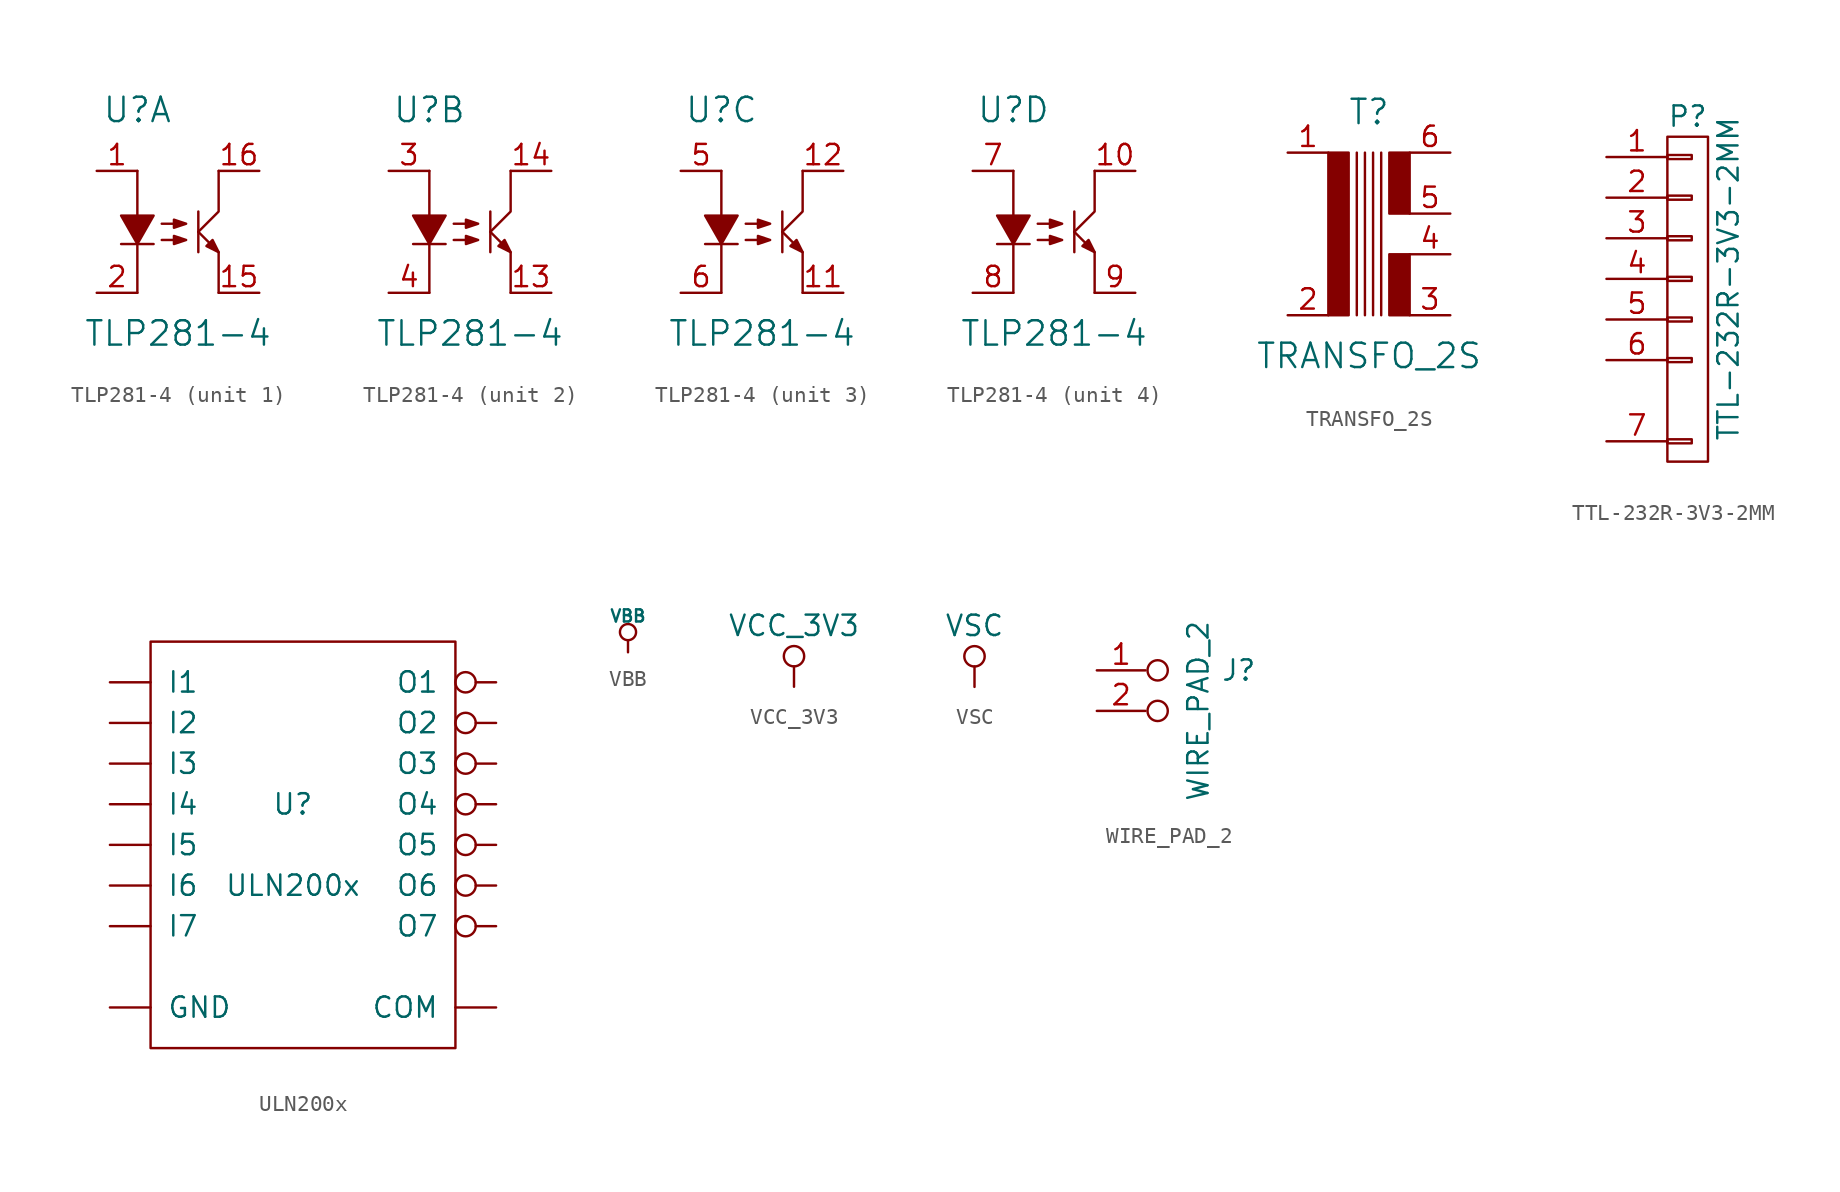
<source format=kicad_sym>
(kicad_symbol_lib
  (version 20211014)
  (generator kicad_symbol_editor)
  (symbol "TLP281-4"
    (pin_names
      (offset 0.025) hide)
    (property "Reference" "U"
      (at -2.54 7.62 0)
      (effects (font (size 1.524 1.524))))
    (property "Value" "TLP281-4"
      (at 0 -6.35 0)
      (effects (font (size 1.524 1.524))))
    (property "Footprint" ""
      (at 0 0 0)
      (effects (font (size 1.524 1.524))))
    (property "Datasheet" ""
      (at 0 0 0)
      (effects (font (size 1.524 1.524))))
    (symbol "TLP281-4_0_0"
      (polyline (pts (xy -3.556 -0.762) (xy -1.524 -0.762)) (stroke (width 0) (type default) (color 0 0 0 0)) (fill (type none)))
      (polyline (pts (xy -2.54 3.81) (xy -2.54 -3.81)) (stroke (width 0) (type default) (color 0 0 0 0)) (fill (type none)))
      (polyline (pts (xy 1.27 1.27) (xy 1.27 -1.27)) (stroke (width 0) (type default) (color 0 0 0 0)) (fill (type none)))
      (polyline (pts (xy 1.27 0) (xy 2.54 -1.27) (xy 2.54 -3.81)) (stroke (width 0) (type default) (color 0 0 0 0)) (fill (type none)))
      (polyline (pts (xy 1.27 0) (xy 2.54 1.27) (xy 2.54 3.81)) (stroke (width 0) (type default) (color 0 0 0 0)) (fill (type none)))
      (polyline (pts (xy 2.54 -1.27) (xy 2.159 -0.508) (xy 1.778 -0.889) (xy 2.54 -1.27)) (stroke (width 0) (type default) (color 0 0 0 0)) (fill (type outline)))
      (polyline (pts (xy -2.54 1.016) (xy -3.556 1.016) (xy -2.54 -0.762) (xy -1.524 1.016) (xy -2.54 1.016)) (stroke (width 0) (type default) (color 0 0 0 0)) (fill (type outline)))
      (polyline (pts (xy -1.016 -0.508) (xy 0.508 -0.508) (xy -0.254 -0.254) (xy -0.254 -0.762) (xy 0.508 -0.508)) (stroke (width 0) (type default) (color 0 0 0 0)) (fill (type outline)))
      (polyline (pts (xy -1.016 0.508) (xy 0.508 0.508) (xy -0.254 0.762) (xy -0.254 0.254) (xy 0.508 0.508)) (stroke (width 0) (type default) (color 0 0 0 0)) (fill (type outline))))
    (symbol "TLP281-4_1_1"
      (pin passive line (at -5.08 3.81 0) (length 2.54) (name "Anode" (effects (font (size 1.27 1.27)))) (number "1" (effects (font (size 1.27 1.27)))))
      (pin passive line (at 5.08 -3.81 180) (length 2.54) (name "Emetteur" (effects (font (size 1.27 1.27)))) (number "15" (effects (font (size 1.27 1.27)))))
      (pin passive line (at 5.08 3.81 180) (length 2.54) (name "Collecteur" (effects (font (size 1.27 1.27)))) (number "16" (effects (font (size 1.27 1.27)))))
      (pin passive line (at -5.08 -3.81 0) (length 2.54) (name "Cathode" (effects (font (size 1.27 1.27)))) (number "2" (effects (font (size 1.27 1.27))))))
    (symbol "TLP281-4_2_1"
      (pin passive line (at 5.08 -3.81 180) (length 2.54) (name "Emetteur" (effects (font (size 1.27 1.27)))) (number "13" (effects (font (size 1.27 1.27)))))
      (pin passive line (at 5.08 3.81 180) (length 2.54) (name "Collecteur" (effects (font (size 1.27 1.27)))) (number "14" (effects (font (size 1.27 1.27)))))
      (pin passive line (at -5.08 3.81 0) (length 2.54) (name "Anode" (effects (font (size 1.27 1.27)))) (number "3" (effects (font (size 1.27 1.27)))))
      (pin passive line (at -5.08 -3.81 0) (length 2.54) (name "Cathode" (effects (font (size 1.27 1.27)))) (number "4" (effects (font (size 1.27 1.27))))))
    (symbol "TLP281-4_3_1"
      (pin passive line (at 5.08 -3.81 180) (length 2.54) (name "Emetteur" (effects (font (size 1.27 1.27)))) (number "11" (effects (font (size 1.27 1.27)))))
      (pin passive line (at 5.08 3.81 180) (length 2.54) (name "Collecteur" (effects (font (size 1.27 1.27)))) (number "12" (effects (font (size 1.27 1.27)))))
      (pin passive line (at -5.08 3.81 0) (length 2.54) (name "Anode" (effects (font (size 1.27 1.27)))) (number "5" (effects (font (size 1.27 1.27)))))
      (pin passive line (at -5.08 -3.81 0) (length 2.54) (name "Cathode" (effects (font (size 1.27 1.27)))) (number "6" (effects (font (size 1.27 1.27))))))
    (symbol "TLP281-4_4_1"
      (pin passive line (at 5.08 3.81 180) (length 2.54) (name "Collecteur" (effects (font (size 1.27 1.27)))) (number "10" (effects (font (size 1.27 1.27)))))
      (pin passive line (at -5.08 3.81 0) (length 2.54) (name "Anode" (effects (font (size 1.27 1.27)))) (number "7" (effects (font (size 1.27 1.27)))))
      (pin passive line (at -5.08 -3.81 0) (length 2.54) (name "Cathode" (effects (font (size 1.27 1.27)))) (number "8" (effects (font (size 1.27 1.27)))))
      (pin passive line (at 5.08 -3.81 180) (length 2.54) (name "Emetteur" (effects (font (size 1.27 1.27)))) (number "9" (effects (font (size 1.27 1.27)))))))
  (symbol "TRANSFO_2S"
    (pin_names
      (offset 1.016) hide)
    (property "Reference" "T"
      (at 0 7.62 0)
      (effects (font (size 1.524 1.524))))
    (property "Value" "TRANSFO_2S"
      (at 0 -7.62 0)
      (effects (font (size 1.524 1.524))))
    (property "Footprint" ""
      (at 0 0 0)
      (effects (font (size 1.524 1.524))))
    (property "Datasheet" ""
      (at 0 0 0)
      (effects (font (size 1.524 1.524))))
    (symbol "TRANSFO_2S_0_1"
      (rectangle (start -2.54 5.08) (end -1.27 -5.08) (stroke (width 0) (type default) (color 0 0 0 0)) (fill (type outline)))
      (polyline (pts (xy -0.762 5.08) (xy -0.762 -5.08)) (stroke (width 0) (type default) (color 0 0 0 0)) (fill (type none)))
      (polyline (pts (xy -0.254 5.08) (xy -0.254 -5.08)) (stroke (width 0) (type default) (color 0 0 0 0)) (fill (type none)))
      (polyline (pts (xy 0.254 5.08) (xy 0.254 -5.08)) (stroke (width 0) (type default) (color 0 0 0 0)) (fill (type none)))
      (polyline (pts (xy 0.762 5.08) (xy 0.762 -5.08)) (stroke (width 0) (type default) (color 0 0 0 0)) (fill (type none)))
      (rectangle (start 1.27 -1.27) (end 2.54 -5.08) (stroke (width 0) (type default) (color 0 0 0 0)) (fill (type outline)))
      (rectangle (start 1.27 5.08) (end 2.54 1.27) (stroke (width 0) (type default) (color 0 0 0 0)) (fill (type outline))))
    (symbol "TRANSFO_2S_1_1"
      (pin passive line (at -5.08 5.08 0) (length 2.54) (name "~" (effects (font (size 1.27 1.27)))) (number "1" (effects (font (size 1.27 1.27)))))
      (pin passive line (at -5.08 -5.08 0) (length 2.54) (name "~" (effects (font (size 1.27 1.27)))) (number "2" (effects (font (size 1.27 1.27)))))
      (pin passive line (at 5.08 -5.08 180) (length 2.54) (name "~" (effects (font (size 1.27 1.27)))) (number "3" (effects (font (size 1.27 1.27)))))
      (pin passive line (at 5.08 -1.27 180) (length 2.54) (name "~" (effects (font (size 1.27 1.27)))) (number "4" (effects (font (size 1.27 1.27)))))
      (pin passive line (at 5.08 1.27 180) (length 2.54) (name "~" (effects (font (size 1.27 1.27)))) (number "5" (effects (font (size 1.27 1.27)))))
      (pin passive line (at 5.08 5.08 180) (length 2.54) (name "~" (effects (font (size 1.27 1.27)))) (number "6" (effects (font (size 1.27 1.27)))))))
  (symbol "TTL-232R-3V3-2MM"
    (pin_names
      (offset 1.016) hide)
    (property "Reference" "P"
      (at 0 10.16 0)
      (effects (font (size 1.27 1.27))))
    (property "Value" "TTL-232R-3V3-2MM"
      (at 2.54 0 90)
      (effects (font (size 1.27 1.27))))
    (property "Footprint" ""
      (at 0 0 0)
      (effects (font (size 1.27 1.27))))
    (property "Datasheet" ""
      (at 0 0 0)
      (effects (font (size 1.27 1.27))))
    (symbol "TTL-232R-3V3-2MM_0_1"
      (rectangle (start -1.27 -11.43) (end 1.27 8.89) (stroke (width 0) (type default) (color 0 0 0 0)) (fill (type none)))
      (rectangle (start -1.27 -10.033) (end 0.254 -10.287) (stroke (width 0) (type default) (color 0 0 0 0)) (fill (type none)))
      (rectangle (start -1.27 -4.953) (end 0.254 -5.207) (stroke (width 0) (type default) (color 0 0 0 0)) (fill (type none)))
      (rectangle (start -1.27 -2.413) (end 0.254 -2.667) (stroke (width 0) (type default) (color 0 0 0 0)) (fill (type none)))
      (rectangle (start -1.27 0.127) (end 0.254 -0.127) (stroke (width 0) (type default) (color 0 0 0 0)) (fill (type none)))
      (rectangle (start -1.27 2.667) (end 0.254 2.413) (stroke (width 0) (type default) (color 0 0 0 0)) (fill (type none)))
      (rectangle (start -1.27 5.207) (end 0.254 4.953) (stroke (width 0) (type default) (color 0 0 0 0)) (fill (type none)))
      (rectangle (start -1.27 7.747) (end 0.254 7.493) (stroke (width 0) (type default) (color 0 0 0 0)) (fill (type none))))
    (symbol "TTL-232R-3V3-2MM_1_1"
      (pin passive line (at -5.08 7.62 0) (length 3.81) (name "P1" (effects (font (size 1.27 1.27)))) (number "1" (effects (font (size 1.27 1.27)))))
      (pin passive line (at -5.08 5.08 0) (length 3.81) (name "P2" (effects (font (size 1.27 1.27)))) (number "2" (effects (font (size 1.27 1.27)))))
      (pin passive line (at -5.08 2.54 0) (length 3.81) (name "P3" (effects (font (size 1.27 1.27)))) (number "3" (effects (font (size 1.27 1.27)))))
      (pin passive line (at -5.08 0 0) (length 3.81) (name "P4" (effects (font (size 1.27 1.27)))) (number "4" (effects (font (size 1.27 1.27)))))
      (pin passive line (at -5.08 -2.54 0) (length 3.81) (name "P5" (effects (font (size 1.27 1.27)))) (number "5" (effects (font (size 1.27 1.27)))))
      (pin passive line (at -5.08 -5.08 0) (length 3.81) (name "P6" (effects (font (size 1.27 1.27)))) (number "6" (effects (font (size 1.27 1.27)))))
      (pin passive line (at -5.08 -10.16 0) (length 3.81) (name "P7" (effects (font (size 1.27 1.27)))) (number "7" (effects (font (size 1.27 1.27)))))))
  (symbol "ULN200x"
    (pin_numbers hide)
    (pin_names
      (offset 1.016))
    (property "Reference" "U"
      (at 0 2.54 0)
      (effects (font (size 1.27 1.27))))
    (property "Value" "ULN200x"
      (at 0 -2.54 0)
      (effects (font (size 1.27 1.27))))
    (property "Footprint" ""
      (at 0 0 0)
      (effects (font (size 1.27 1.27))))
    (property "Datasheet" ""
      (at 0 0 0)
      (effects (font (size 1.27 1.27))))
    (symbol "ULN200x_0_1"
      (rectangle (start -8.89 -12.7) (end 10.16 12.7) (stroke (width 0) (type default) (color 0 0 0 0)) (fill (type none))))
    (symbol "ULN200x_1_1"
      (pin input line (at -11.43 10.16 0) (length 2.54) (name "I1" (effects (font (size 1.27 1.27)))) (number "1" (effects (font (size 1.27 1.27)))))
      (pin open_collector inverted (at 12.7 -5.08 180) (length 2.54) (name "O7" (effects (font (size 1.27 1.27)))) (number "10" (effects (font (size 1.27 1.27)))))
      (pin open_collector inverted (at 12.7 -2.54 180) (length 2.54) (name "O6" (effects (font (size 1.27 1.27)))) (number "11" (effects (font (size 1.27 1.27)))))
      (pin open_collector inverted (at 12.7 0 180) (length 2.54) (name "O5" (effects (font (size 1.27 1.27)))) (number "12" (effects (font (size 1.27 1.27)))))
      (pin open_collector inverted (at 12.7 2.54 180) (length 2.54) (name "O4" (effects (font (size 1.27 1.27)))) (number "13" (effects (font (size 1.27 1.27)))))
      (pin open_collector inverted (at 12.7 5.08 180) (length 2.54) (name "O3" (effects (font (size 1.27 1.27)))) (number "14" (effects (font (size 1.27 1.27)))))
      (pin open_collector inverted (at 12.7 7.62 180) (length 2.54) (name "O2" (effects (font (size 1.27 1.27)))) (number "15" (effects (font (size 1.27 1.27)))))
      (pin open_collector inverted (at 12.7 10.16 180) (length 2.54) (name "O1" (effects (font (size 1.27 1.27)))) (number "16" (effects (font (size 1.27 1.27)))))
      (pin input line (at -11.43 7.62 0) (length 2.54) (name "I2" (effects (font (size 1.27 1.27)))) (number "2" (effects (font (size 1.27 1.27)))))
      (pin input line (at -11.43 5.08 0) (length 2.54) (name "I3" (effects (font (size 1.27 1.27)))) (number "3" (effects (font (size 1.27 1.27)))))
      (pin input line (at -11.43 2.54 0) (length 2.54) (name "I4" (effects (font (size 1.27 1.27)))) (number "4" (effects (font (size 1.27 1.27)))))
      (pin input line (at -11.43 0 0) (length 2.54) (name "I5" (effects (font (size 1.27 1.27)))) (number "5" (effects (font (size 1.27 1.27)))))
      (pin input line (at -11.43 -2.54 0) (length 2.54) (name "I6" (effects (font (size 1.27 1.27)))) (number "6" (effects (font (size 1.27 1.27)))))
      (pin input line (at -11.43 -5.08 0) (length 2.54) (name "I7" (effects (font (size 1.27 1.27)))) (number "7" (effects (font (size 1.27 1.27)))))
      (pin power_in line (at -11.43 -10.16 0) (length 2.54) (name "GND" (effects (font (size 1.27 1.27)))) (number "8" (effects (font (size 1.27 1.27)))))
      (pin input line (at 12.7 -10.16 180) (length 2.54) (name "COM" (effects (font (size 1.27 1.27)))) (number "9" (effects (font (size 1.27 1.27)))))))
  (symbol "VBB"
    (power)
    (pin_names
      (offset 1.016))
    (property "Reference" "#PWR"
      (at 0 2.286 0)
      (effects (font (size 0.508 0.508)) hide))
    (property "Value" "VBB"
      (at 0 2.286 0)
      (effects (font (size 0.762 0.762))))
    (property "Footprint" ""
      (at 0 0 0)
      (effects (font (size 1.524 1.524))))
    (property "Datasheet" ""
      (at 0 0 0)
      (effects (font (size 1.524 1.524))))
    (symbol "VBB_0_0"
      (pin power_out line (at 0 0 90) (length 0) hide (name "VCC" (effects (font (size 0.508 0.508)))) (number "1" (effects (font (size 0.508 0.508))))))
    (symbol "VBB_0_1"
      (polyline (pts (xy 0 0) (xy 0 0.762) (xy 0 0.762) (xy 0 0.762)) (stroke (width 0) (type default) (color 0 0 0 0)) (fill (type none)))
      (circle (center 0 1.27) (radius 0.508) (stroke (width 0) (type default) (color 0 0 0 0)) (fill (type none)))))
  (symbol "VCC_3V3"
    (power)
    (pin_names
      (offset 0))
    (property "Reference" "#PWR"
      (at 0 -3.81 0)
      (effects (font (size 1.27 1.27)) hide))
    (property "Value" "VCC_3V3"
      (at 0 3.81 0)
      (effects (font (size 1.27 1.27))))
    (property "Footprint" ""
      (at 0 0 0)
      (effects (font (size 1.27 1.27))))
    (property "Datasheet" ""
      (at 0 0 0)
      (effects (font (size 1.27 1.27))))
    (symbol "VCC_3V3_0_1"
      (polyline (pts (xy 0 0) (xy 0 1.27)) (stroke (width 0) (type default) (color 0 0 0 0)) (fill (type none)))
      (circle (center 0 1.905) (radius 0.635) (stroke (width 0) (type default) (color 0 0 0 0)) (fill (type none))))
    (symbol "VCC_3V3_1_1"
      (pin power_in line (at 0 0 90) (length 0) hide (name "VCC_3V3" (effects (font (size 1.27 1.27)))) (number "1" (effects (font (size 1.27 1.27)))))))
  (symbol "VSC"
    (power)
    (pin_names
      (offset 0))
    (property "Reference" "#PWR"
      (at 0 -3.81 0)
      (effects (font (size 1.27 1.27)) hide))
    (property "Value" "VSC"
      (at 0 3.81 0)
      (effects (font (size 1.27 1.27))))
    (property "Footprint" ""
      (at 0 0 0)
      (effects (font (size 1.27 1.27))))
    (property "Datasheet" ""
      (at 0 0 0)
      (effects (font (size 1.27 1.27))))
    (symbol "VSC_0_1"
      (polyline (pts (xy 0 0) (xy 0 1.27)) (stroke (width 0) (type default) (color 0 0 0 0)) (fill (type none)))
      (circle (center 0 1.905) (radius 0.635) (stroke (width 0) (type default) (color 0 0 0 0)) (fill (type none))))
    (symbol "VSC_1_1"
      (pin power_in line (at 0 0 90) (length 0) hide (name "VSC" (effects (font (size 1.27 1.27)))) (number "1" (effects (font (size 1.27 1.27)))))))
  (symbol "WIRE_PAD_2"
    (pin_names
      (offset 1.016) hide)
    (property "Reference" "J"
      (at 5.08 1.27 0)
      (effects (font (size 1.27 1.27))))
    (property "Value" "WIRE_PAD_2"
      (at 2.54 -1.27 90)
      (effects (font (size 1.27 1.27))))
    (property "Footprint" ""
      (at 0 0 0)
      (effects (font (size 1.27 1.27))))
    (property "Datasheet" ""
      (at 0 0 0)
      (effects (font (size 1.27 1.27))))
    (symbol "WIRE_PAD_2_0_1"
      (circle (center 0 -1.27) (radius 0.635) (stroke (width 0.152) (type default) (color 0 0 0 0)) (fill (type none)))
      (circle (center 0 1.27) (radius 0.635) (stroke (width 0.152) (type default) (color 0 0 0 0)) (fill (type none))))
    (symbol "WIRE_PAD_2_1_1"
      (pin passive line (at -3.81 1.27 0) (length 3.048) (name "P1" (effects (font (size 1.27 1.27)))) (number "1" (effects (font (size 1.27 1.27)))))
      (pin passive line (at -3.81 -1.27 0) (length 3.048) (name "P2" (effects (font (size 1.27 1.27)))) (number "2" (effects (font (size 1.27 1.27))))))))
</source>
